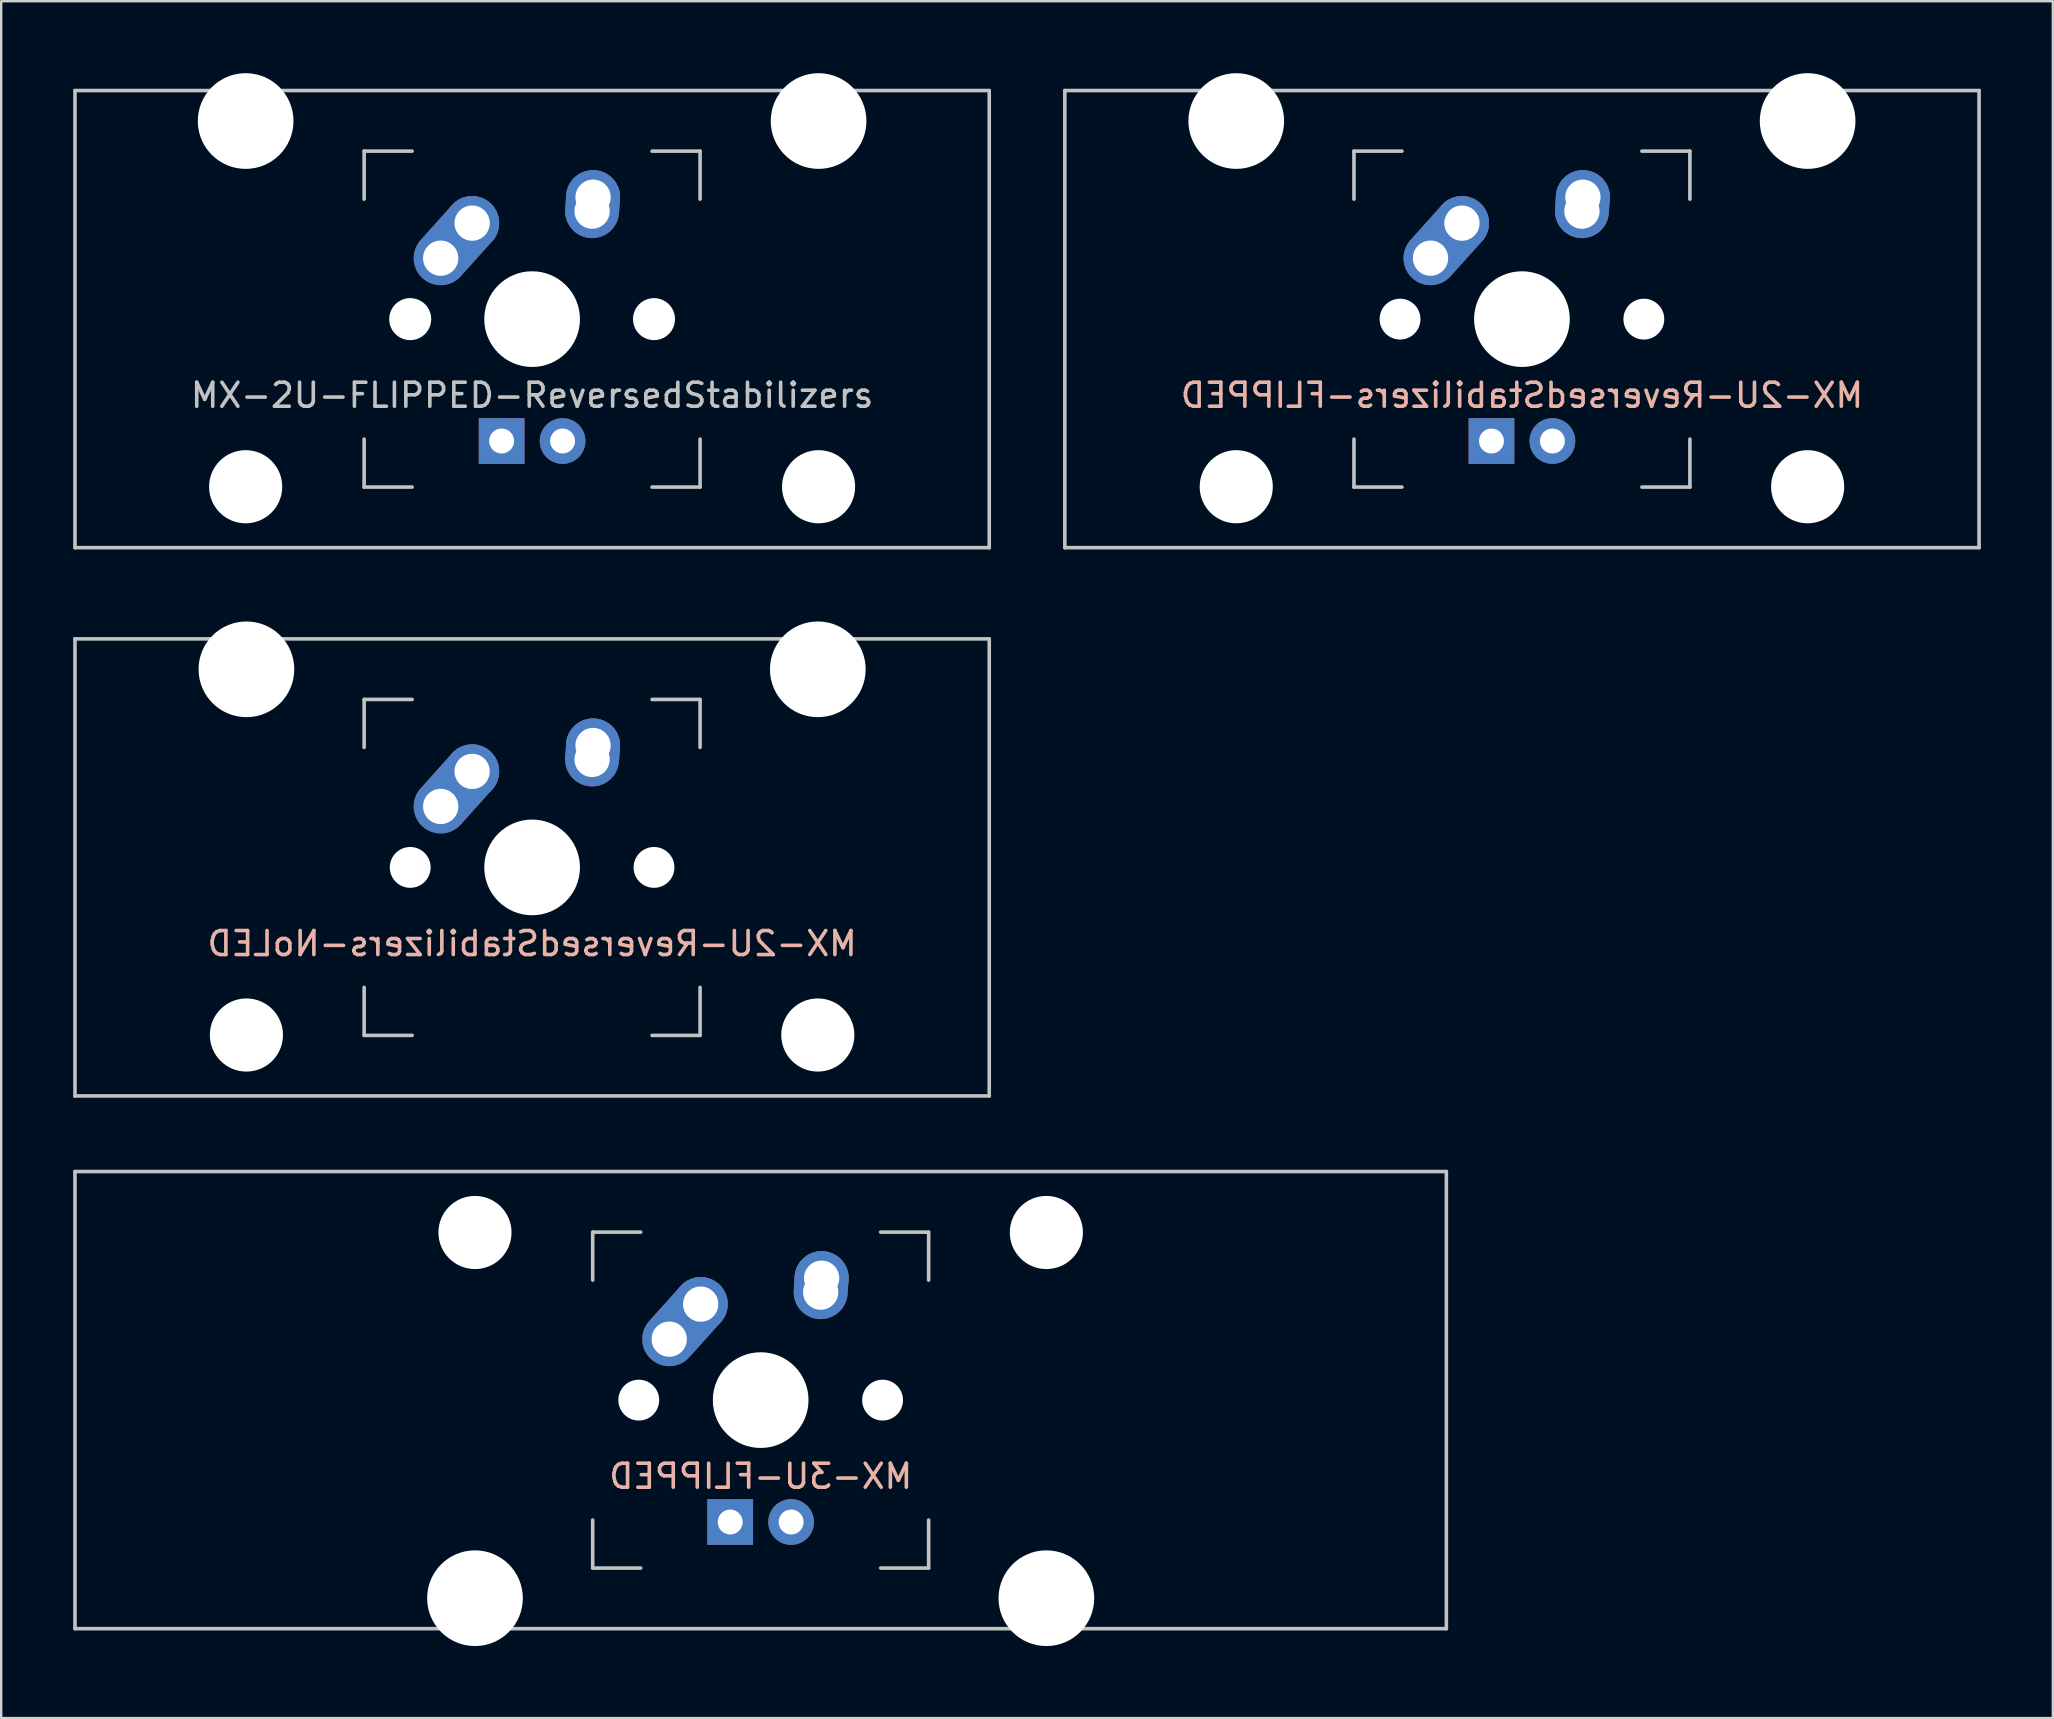
<source format=kicad_pcb>
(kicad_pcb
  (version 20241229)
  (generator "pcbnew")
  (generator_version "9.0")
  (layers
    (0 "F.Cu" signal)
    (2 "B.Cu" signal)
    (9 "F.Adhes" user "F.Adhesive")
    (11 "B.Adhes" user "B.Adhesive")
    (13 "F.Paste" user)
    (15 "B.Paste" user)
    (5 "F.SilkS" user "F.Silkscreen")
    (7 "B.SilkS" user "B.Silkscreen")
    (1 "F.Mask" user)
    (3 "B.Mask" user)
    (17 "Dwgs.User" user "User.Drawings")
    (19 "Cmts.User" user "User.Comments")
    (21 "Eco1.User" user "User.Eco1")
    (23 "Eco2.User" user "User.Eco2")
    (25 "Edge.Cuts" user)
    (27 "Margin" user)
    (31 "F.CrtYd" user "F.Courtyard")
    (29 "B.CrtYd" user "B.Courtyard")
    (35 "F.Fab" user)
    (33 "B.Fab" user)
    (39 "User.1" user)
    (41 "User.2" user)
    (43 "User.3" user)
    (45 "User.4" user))
  (footprint "MX-2U-ReversedStabilizers-FLIPPED"
    (layer "F.Cu")
    (at 60.375 10.249)
    (property "Reference" "MX-2U-ReversedStabilizers-FLIPPED" (at 0 3.175 0) (layer "B.SilkS") (effects (font (size 1 1) (thickness 0.15)) (justify mirror)))
    (attr through_hole)
    (fp_line (start -19.05 -9.525) (end 19.05 -9.525) (stroke (width 0.15) (type solid)) (layer "Dwgs.User"))
    (fp_line (start -19.05 9.525) (end -19.05 -9.525) (stroke (width 0.15) (type solid)) (layer "Dwgs.User"))
    (fp_line (start -19.05 9.525) (end 19.05 9.525) (stroke (width 0.15) (type solid)) (layer "Dwgs.User"))
    (fp_line (start -7 -7) (end -7 -5) (stroke (width 0.15) (type solid)) (layer "Dwgs.User"))
    (fp_line (start -7 5) (end -7 7) (stroke (width 0.15) (type solid)) (layer "Dwgs.User"))
    (fp_line (start -7 7) (end -5 7) (stroke (width 0.15) (type solid)) (layer "Dwgs.User"))
    (fp_line (start -5 -7) (end -7 -7) (stroke (width 0.15) (type solid)) (layer "Dwgs.User"))
    (fp_line (start 5 -7) (end 7 -7) (stroke (width 0.15) (type solid)) (layer "Dwgs.User"))
    (fp_line (start 5 7) (end 7 7) (stroke (width 0.15) (type solid)) (layer "Dwgs.User"))
    (fp_line (start 7 -7) (end 7 -5) (stroke (width 0.15) (type solid)) (layer "Dwgs.User"))
    (fp_line (start 7 7) (end 7 5) (stroke (width 0.15) (type solid)) (layer "Dwgs.User"))
    (fp_line (start 19.05 -9.525) (end 19.05 9.525) (stroke (width 0.15) (type solid)) (layer "Dwgs.User"))
    (pad "" np_thru_hole circle (at -11.906 -8.255) (size 3.988 3.988) (drill 3.988) (layers "*.Cu" "*.Mask"))
    (pad "" np_thru_hole circle (at -11.906 6.985) (size 3.048 3.048) (drill 3.048) (layers "*.Cu" "*.Mask"))
    (pad "" np_thru_hole circle (at -5.08 0 48.1) (size 1.702 1.702) (drill 1.702) (layers "*.Cu" "*.Mask"))
    (pad "" np_thru_hole circle (at 0 0) (size 3.988 3.988) (drill 3.988) (layers "*.Cu" "*.Mask"))
    (pad "" np_thru_hole circle (at 5.08 0 48.1) (size 1.702 1.702) (drill 1.702) (layers "*.Cu" "*.Mask"))
    (pad "" np_thru_hole circle (at 11.906 -8.255) (size 3.988 3.988) (drill 3.988) (layers "*.Cu" "*.Mask"))
    (pad "" np_thru_hole circle (at 11.906 6.985) (size 3.048 3.048) (drill 3.048) (layers "*.Cu" "*.Mask"))
    (pad "1" thru_hole oval (at -3.81 -2.54 48.1) (size 4.212 2.25) (drill 1.47 (offset 0.981 0)) (layers "*.Cu" "*.Mask"))
    (pad "1" thru_hole circle (at -2.5 -4) (size 2.25 2.25) (drill 1.47) (layers "*.Cu" "*.Mask"))
    (pad "2" thru_hole oval (at 2.5 -4.5 86.055) (size 2.831 2.25) (drill 1.47 (offset 0.291 0)) (layers "*.Cu" "*.Mask"))
    (pad "2" thru_hole circle (at 2.54 -5.08) (size 2.25 2.25) (drill 1.47) (layers "*.Cu" "*.Mask"))
    (pad "3" thru_hole circle (at 1.27 5.08) (size 1.905 1.905) (drill 1.04) (layers "*.Cu" "*.Mask"))
    (pad "4" thru_hole rect (at -1.27 5.08) (size 1.905 1.905) (drill 1.04) (layers "*.Cu" "*.Mask")))
  (footprint "MX-3U-FLIPPED"
    (layer "F.Cu")
    (at 28.65 55.298)
    (property "Reference" "MX-3U-FLIPPED" (at 0 3.175 0) (layer "B.SilkS") (effects (font (size 1 1) (thickness 0.15)) (justify mirror)))
    (attr through_hole)
    (fp_line (start -28.575 -9.525) (end 28.575 -9.525) (stroke (width 0.15) (type solid)) (layer "Dwgs.User"))
    (fp_line (start -28.575 9.525) (end -28.575 -9.525) (stroke (width 0.15) (type solid)) (layer "Dwgs.User"))
    (fp_line (start -28.575 9.525) (end 28.575 9.525) (stroke (width 0.15) (type solid)) (layer "Dwgs.User"))
    (fp_line (start -7 -7) (end -7 -5) (stroke (width 0.15) (type solid)) (layer "Dwgs.User"))
    (fp_line (start -7 5) (end -7 7) (stroke (width 0.15) (type solid)) (layer "Dwgs.User"))
    (fp_line (start -7 7) (end -5 7) (stroke (width 0.15) (type solid)) (layer "Dwgs.User"))
    (fp_line (start -5 -7) (end -7 -7) (stroke (width 0.15) (type solid)) (layer "Dwgs.User"))
    (fp_line (start 5 -7) (end 7 -7) (stroke (width 0.15) (type solid)) (layer "Dwgs.User"))
    (fp_line (start 5 7) (end 7 7) (stroke (width 0.15) (type solid)) (layer "Dwgs.User"))
    (fp_line (start 7 -7) (end 7 -5) (stroke (width 0.15) (type solid)) (layer "Dwgs.User"))
    (fp_line (start 7 7) (end 7 5) (stroke (width 0.15) (type solid)) (layer "Dwgs.User"))
    (fp_line (start 28.575 -9.525) (end 28.575 9.525) (stroke (width 0.15) (type solid)) (layer "Dwgs.User"))
    (pad "" np_thru_hole circle (at -11.906 -6.985) (size 3.048 3.048) (drill 3.048) (layers "*.Cu" "*.Mask"))
    (pad "" np_thru_hole circle (at -11.906 8.255) (size 3.988 3.988) (drill 3.988) (layers "*.Cu" "*.Mask"))
    (pad "" np_thru_hole circle (at -5.08 0 48.1) (size 1.702 1.702) (drill 1.702) (layers "*.Cu" "*.Mask"))
    (pad "" np_thru_hole circle (at 0 0) (size 3.988 3.988) (drill 3.988) (layers "*.Cu" "*.Mask"))
    (pad "" np_thru_hole circle (at 5.08 0 48.1) (size 1.702 1.702) (drill 1.702) (layers "*.Cu" "*.Mask"))
    (pad "" np_thru_hole circle (at 11.906 -6.985) (size 3.048 3.048) (drill 3.048) (layers "*.Cu" "*.Mask"))
    (pad "" np_thru_hole circle (at 11.906 8.255) (size 3.988 3.988) (drill 3.988) (layers "*.Cu" "*.Mask"))
    (pad "1" thru_hole oval (at -3.81 -2.54 48.1) (size 4.212 2.25) (drill 1.47 (offset 0.981 0)) (layers "*.Cu" "*.Mask"))
    (pad "1" thru_hole circle (at -2.5 -4) (size 2.25 2.25) (drill 1.47) (layers "*.Cu" "*.Mask"))
    (pad "2" thru_hole oval (at 2.5 -4.5 86.055) (size 2.831 2.25) (drill 1.47 (offset 0.291 0)) (layers "*.Cu" "*.Mask"))
    (pad "2" thru_hole circle (at 2.54 -5.08) (size 2.25 2.25) (drill 1.47) (layers "*.Cu" "*.Mask"))
    (pad "3" thru_hole circle (at 1.27 5.08) (size 1.905 1.905) (drill 1.04) (layers "*.Cu" "*.Mask"))
    (pad "4" thru_hole rect (at -1.27 5.08) (size 1.905 1.905) (drill 1.04) (layers "*.Cu" "*.Mask")))
  (footprint "MX-2U-ReversedStabilizers-NoLED"
    (layer "F.Cu")
    (at 19.125 33.098)
    (property "Reference" "MX-2U-ReversedStabilizers-NoLED" (at 0 3.175 0) (layer "B.SilkS") (effects (font (size 1 1) (thickness 0.15)) (justify mirror)))
    (attr through_hole)
    (fp_line (start -19.05 -9.525) (end 19.05 -9.525) (stroke (width 0.15) (type solid)) (layer "Dwgs.User"))
    (fp_line (start -19.05 9.525) (end -19.05 -9.525) (stroke (width 0.15) (type solid)) (layer "Dwgs.User"))
    (fp_line (start -19.05 9.525) (end 19.05 9.525) (stroke (width 0.15) (type solid)) (layer "Dwgs.User"))
    (fp_line (start -7 -7) (end -7 -5) (stroke (width 0.15) (type solid)) (layer "Dwgs.User"))
    (fp_line (start -7 5) (end -7 7) (stroke (width 0.15) (type solid)) (layer "Dwgs.User"))
    (fp_line (start -7 7) (end -5 7) (stroke (width 0.15) (type solid)) (layer "Dwgs.User"))
    (fp_line (start -5 -7) (end -7 -7) (stroke (width 0.15) (type solid)) (layer "Dwgs.User"))
    (fp_line (start 5 -7) (end 7 -7) (stroke (width 0.15) (type solid)) (layer "Dwgs.User"))
    (fp_line (start 5 7) (end 7 7) (stroke (width 0.15) (type solid)) (layer "Dwgs.User"))
    (fp_line (start 7 -7) (end 7 -5) (stroke (width 0.15) (type solid)) (layer "Dwgs.User"))
    (fp_line (start 7 7) (end 7 5) (stroke (width 0.15) (type solid)) (layer "Dwgs.User"))
    (fp_line (start 19.05 -9.525) (end 19.05 9.525) (stroke (width 0.15) (type solid)) (layer "Dwgs.User"))
    (pad "" np_thru_hole circle (at -11.906 -8.255) (size 3.988 3.988) (drill 3.988) (layers "*.Cu" "*.Mask"))
    (pad "" np_thru_hole circle (at -11.906 6.985) (size 3.048 3.048) (drill 3.048) (layers "*.Cu" "*.Mask"))
    (pad "" np_thru_hole circle (at -5.08 0 48.1) (size 1.702 1.702) (drill 1.702) (layers "*.Cu" "*.Mask"))
    (pad "" np_thru_hole circle (at 0 0) (size 3.988 3.988) (drill 3.988) (layers "*.Cu" "*.Mask"))
    (pad "" np_thru_hole circle (at 5.08 0 48.1) (size 1.702 1.702) (drill 1.702) (layers "*.Cu" "*.Mask"))
    (pad "" np_thru_hole circle (at 11.906 -8.255) (size 3.988 3.988) (drill 3.988) (layers "*.Cu" "*.Mask"))
    (pad "" np_thru_hole circle (at 11.906 6.985) (size 3.048 3.048) (drill 3.048) (layers "*.Cu" "*.Mask"))
    (pad "1" thru_hole oval (at -3.81 -2.54 48.1) (size 4.212 2.25) (drill 1.47 (offset 0.981 0)) (layers "*.Cu" "*.Mask"))
    (pad "1" thru_hole circle (at -2.5 -4) (size 2.25 2.25) (drill 1.47) (layers "*.Cu" "*.Mask"))
    (pad "2" thru_hole oval (at 2.5 -4.5 86.055) (size 2.831 2.25) (drill 1.47 (offset 0.291 0)) (layers "*.Cu" "*.Mask"))
    (pad "2" thru_hole circle (at 2.54 -5.08) (size 2.25 2.25) (drill 1.47) (layers "*.Cu" "*.Mask")))
  (footprint "MX-2U-FLIPPED-ReversedStabilizers"
    (layer "F.Cu")
    (at 19.125 10.249)
    (property "Reference" "MX-2U-FLIPPED-ReversedStabilizers" (at 0 3.175 0) (layer "Dwgs.User") (effects (font (size 1 1) (thickness 0.15))))
    (attr through_hole)
    (fp_line (start -19.05 -9.525) (end 19.05 -9.525) (stroke (width 0.15) (type solid)) (layer "Dwgs.User"))
    (fp_line (start -19.05 9.525) (end -19.05 -9.525) (stroke (width 0.15) (type solid)) (layer "Dwgs.User"))
    (fp_line (start -19.05 9.525) (end 19.05 9.525) (stroke (width 0.15) (type solid)) (layer "Dwgs.User"))
    (fp_line (start -7 -7) (end -7 -5) (stroke (width 0.15) (type solid)) (layer "Dwgs.User"))
    (fp_line (start -7 5) (end -7 7) (stroke (width 0.15) (type solid)) (layer "Dwgs.User"))
    (fp_line (start -7 7) (end -5 7) (stroke (width 0.15) (type solid)) (layer "Dwgs.User"))
    (fp_line (start -5 -7) (end -7 -7) (stroke (width 0.15) (type solid)) (layer "Dwgs.User"))
    (fp_line (start 5 -7) (end 7 -7) (stroke (width 0.15) (type solid)) (layer "Dwgs.User"))
    (fp_line (start 5 7) (end 7 7) (stroke (width 0.15) (type solid)) (layer "Dwgs.User"))
    (fp_line (start 7 -7) (end 7 -5) (stroke (width 0.15) (type solid)) (layer "Dwgs.User"))
    (fp_line (start 7 7) (end 7 5) (stroke (width 0.15) (type solid)) (layer "Dwgs.User"))
    (fp_line (start 19.05 -9.525) (end 19.05 9.525) (stroke (width 0.15) (type solid)) (layer "Dwgs.User"))
    (pad "" np_thru_hole circle (at -11.938 -8.255) (size 3.988 3.988) (drill 3.988) (layers "*.Cu" "*.Mask"))
    (pad "" np_thru_hole circle (at -11.938 6.985) (size 3.048 3.048) (drill 3.048) (layers "*.Cu" "*.Mask"))
    (pad "" np_thru_hole circle (at -5.08 0 48.1) (size 1.75 1.75) (drill 1.75) (layers "*.Cu" "*.Mask"))
    (pad "" np_thru_hole circle (at 0 0) (size 3.988 3.988) (drill 3.988) (layers "*.Cu" "*.Mask"))
    (pad "" np_thru_hole circle (at 5.08 0 48.1) (size 1.75 1.75) (drill 1.75) (layers "*.Cu" "*.Mask"))
    (pad "" np_thru_hole circle (at 11.938 -8.255) (size 3.988 3.988) (drill 3.988) (layers "*.Cu" "*.Mask"))
    (pad "" np_thru_hole circle (at 11.938 6.985) (size 3.048 3.048) (drill 3.048) (layers "*.Cu" "*.Mask"))
    (pad "1" thru_hole oval (at -3.81 -2.54 48.1) (size 4.212 2.25) (drill 1.47 (offset 0.981 0)) (layers "*.Cu" "B.Mask"))
    (pad "1" thru_hole circle (at -2.5 -4) (size 2.25 2.25) (drill 1.47) (layers "*.Cu" "B.Mask"))
    (pad "2" thru_hole oval (at 2.5 -4.5 86.055) (size 2.831 2.25) (drill 1.47 (offset 0.291 0)) (layers "*.Cu" "B.Mask"))
    (pad "2" thru_hole circle (at 2.54 -5.08) (size 2.25 2.25) (drill 1.47) (layers "*.Cu" "B.Mask"))
    (pad "3" thru_hole circle (at 1.27 5.08) (size 1.905 1.905) (drill 1.04) (layers "*.Cu" "B.Mask"))
    (pad "4" thru_hole rect (at -1.27 5.08) (size 1.905 1.905) (drill 1.04) (layers "*.Cu" "B.Mask")))
  (gr_rect
    (start -3 -3)
    (end 82.5 68.547)
    (stroke (width 0.1) (type default))
    (fill no)
    (layer "Edge.Cuts")))
</source>
